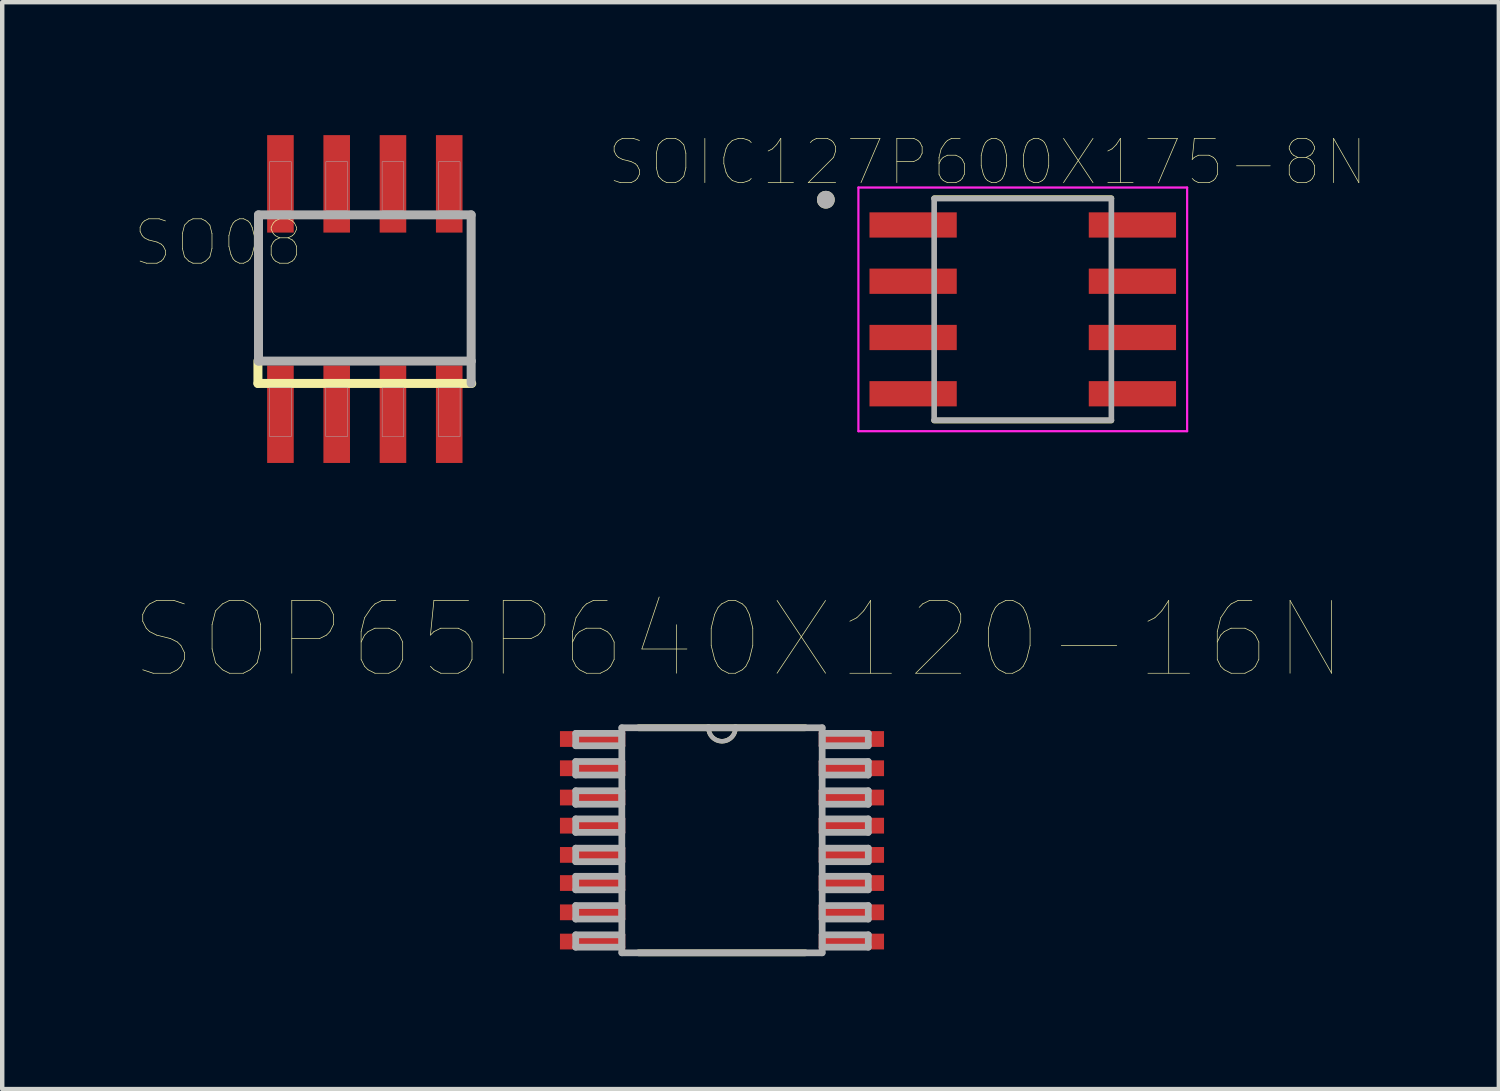
<source format=kicad_pcb>
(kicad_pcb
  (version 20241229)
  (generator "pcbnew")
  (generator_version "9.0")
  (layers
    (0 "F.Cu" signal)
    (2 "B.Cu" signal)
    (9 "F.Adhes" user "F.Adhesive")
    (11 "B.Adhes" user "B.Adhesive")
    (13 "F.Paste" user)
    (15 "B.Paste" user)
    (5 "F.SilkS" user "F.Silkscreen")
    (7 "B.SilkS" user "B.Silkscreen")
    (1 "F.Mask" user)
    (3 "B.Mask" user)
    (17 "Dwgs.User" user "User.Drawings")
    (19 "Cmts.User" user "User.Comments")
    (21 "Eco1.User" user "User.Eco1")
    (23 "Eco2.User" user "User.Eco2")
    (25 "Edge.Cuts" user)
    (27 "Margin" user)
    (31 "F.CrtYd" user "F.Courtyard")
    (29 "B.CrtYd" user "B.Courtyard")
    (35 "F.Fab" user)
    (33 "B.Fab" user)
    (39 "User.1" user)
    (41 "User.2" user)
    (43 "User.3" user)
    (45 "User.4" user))
  (footprint "SO08"
    (layer "F.Cu")
    (at 5.185 3.7)
    (property "Reference" "SO08" (at -3.307 -1.272 180) (layer "F.SilkS") (effects (font (size 1.002 1.002) (thickness 0.015))))
    (attr through_hole)
    (fp_line (start -2.413 1.905) (end -2.413 1.397) (stroke (width 0.203) (type solid)) (layer "F.SilkS"))
    (fp_line (start 2.413 1.905) (end -2.413 1.905) (stroke (width 0.203) (type solid)) (layer "F.SilkS"))
    (fp_line (start -2.4 -1.9) (end 2.4 -1.9) (stroke (width 0.203) (type solid)) (layer "F.Fab"))
    (fp_line (start -2.4 1.4) (end -2.4 -1.9) (stroke (width 0.203) (type solid)) (layer "F.Fab"))
    (fp_line (start 2.4 -1.9) (end 2.4 1.4) (stroke (width 0.203) (type solid)) (layer "F.Fab"))
    (fp_line (start 2.4 1.4) (end -2.4 1.4) (stroke (width 0.203) (type solid)) (layer "F.Fab"))
    (fp_line (start 2.4 1.4) (end 2.4 1.9) (stroke (width 0.203) (type solid)) (layer "F.Fab"))
    (fp_poly (pts (xy -2.152 2) (xy -1.66 2) (xy -1.66 3.103) (xy -2.152 3.103)) (stroke (width 0.01) (type solid)) (fill no) (layer "F.Fab"))
    (fp_poly (pts (xy -2.151 -3.1) (xy -1.66 -3.1) (xy -1.66 -2.001) (xy -2.151 -2.001)) (stroke (width 0.01) (type solid)) (fill no) (layer "F.Fab"))
    (fp_poly (pts (xy -0.881 2) (xy -0.39 2) (xy -0.39 3.103) (xy -0.881 3.103)) (stroke (width 0.01) (type solid)) (fill no) (layer "F.Fab"))
    (fp_poly (pts (xy -0.88 -3.1) (xy -0.39 -3.1) (xy -0.39 -2.001) (xy -0.88 -2.001)) (stroke (width 0.01) (type solid)) (fill no) (layer "F.Fab"))
    (fp_poly (pts (xy 0.39 -3.1) (xy 0.88 -3.1) (xy 0.88 -2.002) (xy 0.39 -2.002)) (stroke (width 0.01) (type solid)) (fill no) (layer "F.Fab"))
    (fp_poly (pts (xy 0.391 2) (xy 0.88 2) (xy 0.88 3.105) (xy 0.391 3.105)) (stroke (width 0.01) (type solid)) (fill no) (layer "F.Fab"))
    (fp_poly (pts (xy 1.662 2) (xy 2.15 2) (xy 2.15 3.104) (xy 1.662 3.104)) (stroke (width 0.01) (type solid)) (fill no) (layer "F.Fab"))
    (fp_poly (pts (xy 1.662 -3.1) (xy 2.15 -3.1) (xy 2.15 -2.003) (xy 1.662 -2.003)) (stroke (width 0.01) (type solid)) (fill no) (layer "F.Fab"))
    (pad "1" smd rect (at -1.905 2.6) (size 0.6 2.2) (layers "F.Cu" "F.Mask" "F.Paste"))
    (pad "2" smd rect (at -0.635 2.6) (size 0.6 2.2) (layers "F.Cu" "F.Mask" "F.Paste"))
    (pad "3" smd rect (at 0.635 2.6) (size 0.6 2.2) (layers "F.Cu" "F.Mask" "F.Paste"))
    (pad "4" smd rect (at 1.905 2.6) (size 0.6 2.2) (layers "F.Cu" "F.Mask" "F.Paste"))
    (pad "5" smd rect (at 1.905 -2.6) (size 0.6 2.2) (layers "F.Cu" "F.Mask" "F.Paste"))
    (pad "6" smd rect (at 0.635 -2.6) (size 0.6 2.2) (layers "F.Cu" "F.Mask" "F.Paste"))
    (pad "7" smd rect (at -0.635 -2.6) (size 0.6 2.2) (layers "F.Cu" "F.Mask" "F.Paste"))
    (pad "8" smd rect (at -1.905 -2.6) (size 0.6 2.2) (layers "F.Cu" "F.Mask" "F.Paste")))
  (footprint "SOIC127P600X175-8N"
    (layer "F.Cu")
    (at 20.036 3.933)
    (property "Reference" "SOIC127P600X175-8N" (at -0.795 -3.322 0) (layer "F.SilkS") (effects (font (size 1 1) (thickness 0.015))))
    (attr through_hole)
    (fp_line (start -2 -2.51) (end 2 -2.51) (stroke (width 0.127) (type solid)) (layer "F.SilkS"))
    (fp_line (start -2 2.51) (end 2 2.51) (stroke (width 0.127) (type solid)) (layer "F.SilkS"))
    (fp_circle (center -4.445 -2.475) (end -4.345 -2.475) (stroke (width 0.2) (type solid)) (fill no) (layer "F.SilkS"))
    (fp_line (start -3.71 -2.75) (end -3.71 2.75) (stroke (width 0.05) (type solid)) (layer "F.CrtYd"))
    (fp_line (start -3.71 -2.75) (end 3.71 -2.75) (stroke (width 0.05) (type solid)) (layer "F.CrtYd"))
    (fp_line (start -3.71 2.75) (end 3.71 2.75) (stroke (width 0.05) (type solid)) (layer "F.CrtYd"))
    (fp_line (start 3.71 -2.75) (end 3.71 2.75) (stroke (width 0.05) (type solid)) (layer "F.CrtYd"))
    (fp_line (start -2 -2.5) (end -2 2.5) (stroke (width 0.127) (type solid)) (layer "F.Fab"))
    (fp_line (start -2 -2.5) (end 2 -2.5) (stroke (width 0.127) (type solid)) (layer "F.Fab"))
    (fp_line (start -2 2.5) (end 2 2.5) (stroke (width 0.127) (type solid)) (layer "F.Fab"))
    (fp_line (start 2 -2.5) (end 2 2.5) (stroke (width 0.127) (type solid)) (layer "F.Fab"))
    (fp_circle (center -4.445 -2.475) (end -4.345 -2.475) (stroke (width 0.2) (type solid)) (fill no) (layer "F.Fab"))
    (pad "1" smd rect (at -2.475 -1.905) (size 1.97 0.57) (layers "F.Cu" "F.Mask" "F.Paste"))
    (pad "2" smd rect (at -2.475 -0.635) (size 1.97 0.57) (layers "F.Cu" "F.Mask" "F.Paste"))
    (pad "3" smd rect (at -2.475 0.635) (size 1.97 0.57) (layers "F.Cu" "F.Mask" "F.Paste"))
    (pad "4" smd rect (at -2.475 1.905) (size 1.97 0.57) (layers "F.Cu" "F.Mask" "F.Paste"))
    (pad "5" smd rect (at 2.475 1.905) (size 1.97 0.57) (layers "F.Cu" "F.Mask" "F.Paste"))
    (pad "6" smd rect (at 2.475 0.635) (size 1.97 0.57) (layers "F.Cu" "F.Mask" "F.Paste"))
    (pad "7" smd rect (at 2.475 -0.635) (size 1.97 0.57) (layers "F.Cu" "F.Mask" "F.Paste"))
    (pad "8" smd rect (at 2.475 -1.905) (size 1.97 0.57) (layers "F.Cu" "F.Mask" "F.Paste")))
  (footprint "SOP65P640X120-16N"
    (layer "F.Cu")
    (at 13.247 15.917)
    (property "Reference" "SOP65P640X120-16N" (at 0.382 -4.53 0) (layer "F.SilkS") (effects (font (size 1.643 1.643) (thickness 0.015))))
    (attr through_hole)
    (fp_line (start -1.88 2.54) (end 1.88 2.54) (stroke (width 0.152) (type solid)) (layer "F.SilkS"))
    (fp_line (start -0.305 -2.54) (end -1.88 -2.54) (stroke (width 0.152) (type solid)) (layer "F.SilkS"))
    (fp_line (start 0.305 -2.54) (end -0.305 -2.54) (stroke (width 0.152) (type solid)) (layer "F.SilkS"))
    (fp_line (start 1.88 -2.54) (end 0.305 -2.54) (stroke (width 0.152) (type solid)) (layer "F.SilkS"))
    (fp_arc (start 0.3048 -2.54) (mid 0 -2.2352) (end -0.3048 -2.54) (stroke (width 0.1) (type solid)) (layer "F.SilkS"))
    (fp_line (start -3.302 -2.413) (end -3.302 -2.134) (stroke (width 0.152) (type solid)) (layer "F.Fab"))
    (fp_line (start -3.302 -2.134) (end -2.261 -2.134) (stroke (width 0.152) (type solid)) (layer "F.Fab"))
    (fp_line (start -3.302 -1.778) (end -3.302 -1.473) (stroke (width 0.152) (type solid)) (layer "F.Fab"))
    (fp_line (start -3.302 -1.473) (end -2.261 -1.473) (stroke (width 0.152) (type solid)) (layer "F.Fab"))
    (fp_line (start -3.302 -1.118) (end -3.302 -0.813) (stroke (width 0.152) (type solid)) (layer "F.Fab"))
    (fp_line (start -3.302 -0.813) (end -2.261 -0.813) (stroke (width 0.152) (type solid)) (layer "F.Fab"))
    (fp_line (start -3.302 -0.483) (end -3.302 -0.178) (stroke (width 0.152) (type solid)) (layer "F.Fab"))
    (fp_line (start -3.302 -0.178) (end -2.261 -0.178) (stroke (width 0.152) (type solid)) (layer "F.Fab"))
    (fp_line (start -3.302 0.178) (end -3.302 0.483) (stroke (width 0.152) (type solid)) (layer "F.Fab"))
    (fp_line (start -3.302 0.483) (end -2.261 0.483) (stroke (width 0.152) (type solid)) (layer "F.Fab"))
    (fp_line (start -3.302 0.813) (end -3.302 1.118) (stroke (width 0.152) (type solid)) (layer "F.Fab"))
    (fp_line (start -3.302 1.118) (end -2.261 1.118) (stroke (width 0.152) (type solid)) (layer "F.Fab"))
    (fp_line (start -3.302 1.473) (end -3.302 1.778) (stroke (width 0.152) (type solid)) (layer "F.Fab"))
    (fp_line (start -3.302 1.778) (end -2.261 1.778) (stroke (width 0.152) (type solid)) (layer "F.Fab"))
    (fp_line (start -3.302 2.134) (end -3.302 2.413) (stroke (width 0.152) (type solid)) (layer "F.Fab"))
    (fp_line (start -3.302 2.413) (end -2.261 2.413) (stroke (width 0.152) (type solid)) (layer "F.Fab"))
    (fp_line (start -2.261 -2.54) (end -2.261 2.54) (stroke (width 0.152) (type solid)) (layer "F.Fab"))
    (fp_line (start -2.261 -2.413) (end -3.302 -2.413) (stroke (width 0.152) (type solid)) (layer "F.Fab"))
    (fp_line (start -2.261 -2.134) (end -2.261 -2.413) (stroke (width 0.152) (type solid)) (layer "F.Fab"))
    (fp_line (start -2.261 -1.778) (end -3.302 -1.778) (stroke (width 0.152) (type solid)) (layer "F.Fab"))
    (fp_line (start -2.261 -1.473) (end -2.261 -1.778) (stroke (width 0.152) (type solid)) (layer "F.Fab"))
    (fp_line (start -2.261 -1.118) (end -3.302 -1.118) (stroke (width 0.152) (type solid)) (layer "F.Fab"))
    (fp_line (start -2.261 -0.813) (end -2.261 -1.118) (stroke (width 0.152) (type solid)) (layer "F.Fab"))
    (fp_line (start -2.261 -0.483) (end -3.302 -0.483) (stroke (width 0.152) (type solid)) (layer "F.Fab"))
    (fp_line (start -2.261 -0.178) (end -2.261 -0.483) (stroke (width 0.152) (type solid)) (layer "F.Fab"))
    (fp_line (start -2.261 0.178) (end -3.302 0.178) (stroke (width 0.152) (type solid)) (layer "F.Fab"))
    (fp_line (start -2.261 0.483) (end -2.261 0.178) (stroke (width 0.152) (type solid)) (layer "F.Fab"))
    (fp_line (start -2.261 0.813) (end -3.302 0.813) (stroke (width 0.152) (type solid)) (layer "F.Fab"))
    (fp_line (start -2.261 1.118) (end -2.261 0.813) (stroke (width 0.152) (type solid)) (layer "F.Fab"))
    (fp_line (start -2.261 1.473) (end -3.302 1.473) (stroke (width 0.152) (type solid)) (layer "F.Fab"))
    (fp_line (start -2.261 1.778) (end -2.261 1.473) (stroke (width 0.152) (type solid)) (layer "F.Fab"))
    (fp_line (start -2.261 2.134) (end -3.302 2.134) (stroke (width 0.152) (type solid)) (layer "F.Fab"))
    (fp_line (start -2.261 2.413) (end -2.261 2.134) (stroke (width 0.152) (type solid)) (layer "F.Fab"))
    (fp_line (start -2.261 2.54) (end 2.261 2.54) (stroke (width 0.152) (type solid)) (layer "F.Fab"))
    (fp_line (start -0.305 -2.54) (end -2.261 -2.54) (stroke (width 0.152) (type solid)) (layer "F.Fab"))
    (fp_line (start 0.305 -2.54) (end -0.305 -2.54) (stroke (width 0.152) (type solid)) (layer "F.Fab"))
    (fp_line (start 2.261 -2.54) (end 0.305 -2.54) (stroke (width 0.152) (type solid)) (layer "F.Fab"))
    (fp_line (start 2.261 -2.413) (end 2.261 -2.134) (stroke (width 0.152) (type solid)) (layer "F.Fab"))
    (fp_line (start 2.261 -2.134) (end 3.302 -2.134) (stroke (width 0.152) (type solid)) (layer "F.Fab"))
    (fp_line (start 2.261 -1.778) (end 2.261 -1.473) (stroke (width 0.152) (type solid)) (layer "F.Fab"))
    (fp_line (start 2.261 -1.473) (end 3.302 -1.473) (stroke (width 0.152) (type solid)) (layer "F.Fab"))
    (fp_line (start 2.261 -1.118) (end 2.261 -0.813) (stroke (width 0.152) (type solid)) (layer "F.Fab"))
    (fp_line (start 2.261 -0.813) (end 3.302 -0.813) (stroke (width 0.152) (type solid)) (layer "F.Fab"))
    (fp_line (start 2.261 -0.483) (end 2.261 -0.178) (stroke (width 0.152) (type solid)) (layer "F.Fab"))
    (fp_line (start 2.261 -0.178) (end 3.302 -0.178) (stroke (width 0.152) (type solid)) (layer "F.Fab"))
    (fp_line (start 2.261 0.178) (end 2.261 0.483) (stroke (width 0.152) (type solid)) (layer "F.Fab"))
    (fp_line (start 2.261 0.483) (end 3.302 0.483) (stroke (width 0.152) (type solid)) (layer "F.Fab"))
    (fp_line (start 2.261 0.813) (end 2.261 1.118) (stroke (width 0.152) (type solid)) (layer "F.Fab"))
    (fp_line (start 2.261 1.118) (end 3.302 1.118) (stroke (width 0.152) (type solid)) (layer "F.Fab"))
    (fp_line (start 2.261 1.473) (end 2.261 1.778) (stroke (width 0.152) (type solid)) (layer "F.Fab"))
    (fp_line (start 2.261 1.778) (end 3.302 1.778) (stroke (width 0.152) (type solid)) (layer "F.Fab"))
    (fp_line (start 2.261 2.134) (end 2.261 2.413) (stroke (width 0.152) (type solid)) (layer "F.Fab"))
    (fp_line (start 2.261 2.413) (end 3.302 2.413) (stroke (width 0.152) (type solid)) (layer "F.Fab"))
    (fp_line (start 2.261 2.54) (end 2.261 -2.54) (stroke (width 0.152) (type solid)) (layer "F.Fab"))
    (fp_line (start 3.302 -2.413) (end 2.261 -2.413) (stroke (width 0.152) (type solid)) (layer "F.Fab"))
    (fp_line (start 3.302 -2.134) (end 3.302 -2.413) (stroke (width 0.152) (type solid)) (layer "F.Fab"))
    (fp_line (start 3.302 -1.778) (end 2.261 -1.778) (stroke (width 0.152) (type solid)) (layer "F.Fab"))
    (fp_line (start 3.302 -1.473) (end 3.302 -1.778) (stroke (width 0.152) (type solid)) (layer "F.Fab"))
    (fp_line (start 3.302 -1.118) (end 2.261 -1.118) (stroke (width 0.152) (type solid)) (layer "F.Fab"))
    (fp_line (start 3.302 -0.813) (end 3.302 -1.118) (stroke (width 0.152) (type solid)) (layer "F.Fab"))
    (fp_line (start 3.302 -0.483) (end 2.261 -0.483) (stroke (width 0.152) (type solid)) (layer "F.Fab"))
    (fp_line (start 3.302 -0.178) (end 3.302 -0.483) (stroke (width 0.152) (type solid)) (layer "F.Fab"))
    (fp_line (start 3.302 0.178) (end 2.261 0.178) (stroke (width 0.152) (type solid)) (layer "F.Fab"))
    (fp_line (start 3.302 0.483) (end 3.302 0.178) (stroke (width 0.152) (type solid)) (layer "F.Fab"))
    (fp_line (start 3.302 0.813) (end 2.261 0.813) (stroke (width 0.152) (type solid)) (layer "F.Fab"))
    (fp_line (start 3.302 1.118) (end 3.302 0.813) (stroke (width 0.152) (type solid)) (layer "F.Fab"))
    (fp_line (start 3.302 1.473) (end 2.261 1.473) (stroke (width 0.152) (type solid)) (layer "F.Fab"))
    (fp_line (start 3.302 1.778) (end 3.302 1.473) (stroke (width 0.152) (type solid)) (layer "F.Fab"))
    (fp_line (start 3.302 2.134) (end 2.261 2.134) (stroke (width 0.152) (type solid)) (layer "F.Fab"))
    (fp_line (start 3.302 2.413) (end 3.302 2.134) (stroke (width 0.152) (type solid)) (layer "F.Fab"))
    (fp_arc (start 0.3048 -2.54) (mid 0 -2.2352) (end -0.3048 -2.54) (stroke (width 0.1) (type solid)) (layer "F.Fab"))
    (pad "1" smd rect (at -2.921 -2.286) (size 1.473 0.356) (layers "F.Cu" "F.Mask" "F.Paste"))
    (pad "2" smd rect (at -2.921 -1.626) (size 1.473 0.356) (layers "F.Cu" "F.Mask" "F.Paste"))
    (pad "3" smd rect (at -2.921 -0.965) (size 1.473 0.356) (layers "F.Cu" "F.Mask" "F.Paste"))
    (pad "4" smd rect (at -2.921 -0.33) (size 1.473 0.356) (layers "F.Cu" "F.Mask" "F.Paste"))
    (pad "5" smd rect (at -2.921 0.33) (size 1.473 0.356) (layers "F.Cu" "F.Mask" "F.Paste"))
    (pad "6" smd rect (at -2.921 0.965) (size 1.473 0.356) (layers "F.Cu" "F.Mask" "F.Paste"))
    (pad "7" smd rect (at -2.921 1.626) (size 1.473 0.356) (layers "F.Cu" "F.Mask" "F.Paste"))
    (pad "8" smd rect (at -2.921 2.286) (size 1.473 0.356) (layers "F.Cu" "F.Mask" "F.Paste"))
    (pad "9" smd rect (at 2.921 2.286) (size 1.473 0.356) (layers "F.Cu" "F.Mask" "F.Paste"))
    (pad "10" smd rect (at 2.921 1.626) (size 1.473 0.356) (layers "F.Cu" "F.Mask" "F.Paste"))
    (pad "11" smd rect (at 2.921 0.965) (size 1.473 0.356) (layers "F.Cu" "F.Mask" "F.Paste"))
    (pad "12" smd rect (at 2.921 0.33) (size 1.473 0.356) (layers "F.Cu" "F.Mask" "F.Paste"))
    (pad "13" smd rect (at 2.921 -0.33) (size 1.473 0.356) (layers "F.Cu" "F.Mask" "F.Paste"))
    (pad "14" smd rect (at 2.921 -0.965) (size 1.473 0.356) (layers "F.Cu" "F.Mask" "F.Paste"))
    (pad "15" smd rect (at 2.921 -1.626) (size 1.473 0.356) (layers "F.Cu" "F.Mask" "F.Paste"))
    (pad "16" smd rect (at 2.921 -2.286) (size 1.473 0.356) (layers "F.Cu" "F.Mask" "F.Paste")))
  (gr_rect
    (start -3 -3)
    (end 30.782 21.533)
    (stroke (width 0.1) (type default))
    (fill no)
    (layer "Edge.Cuts")))
</source>
